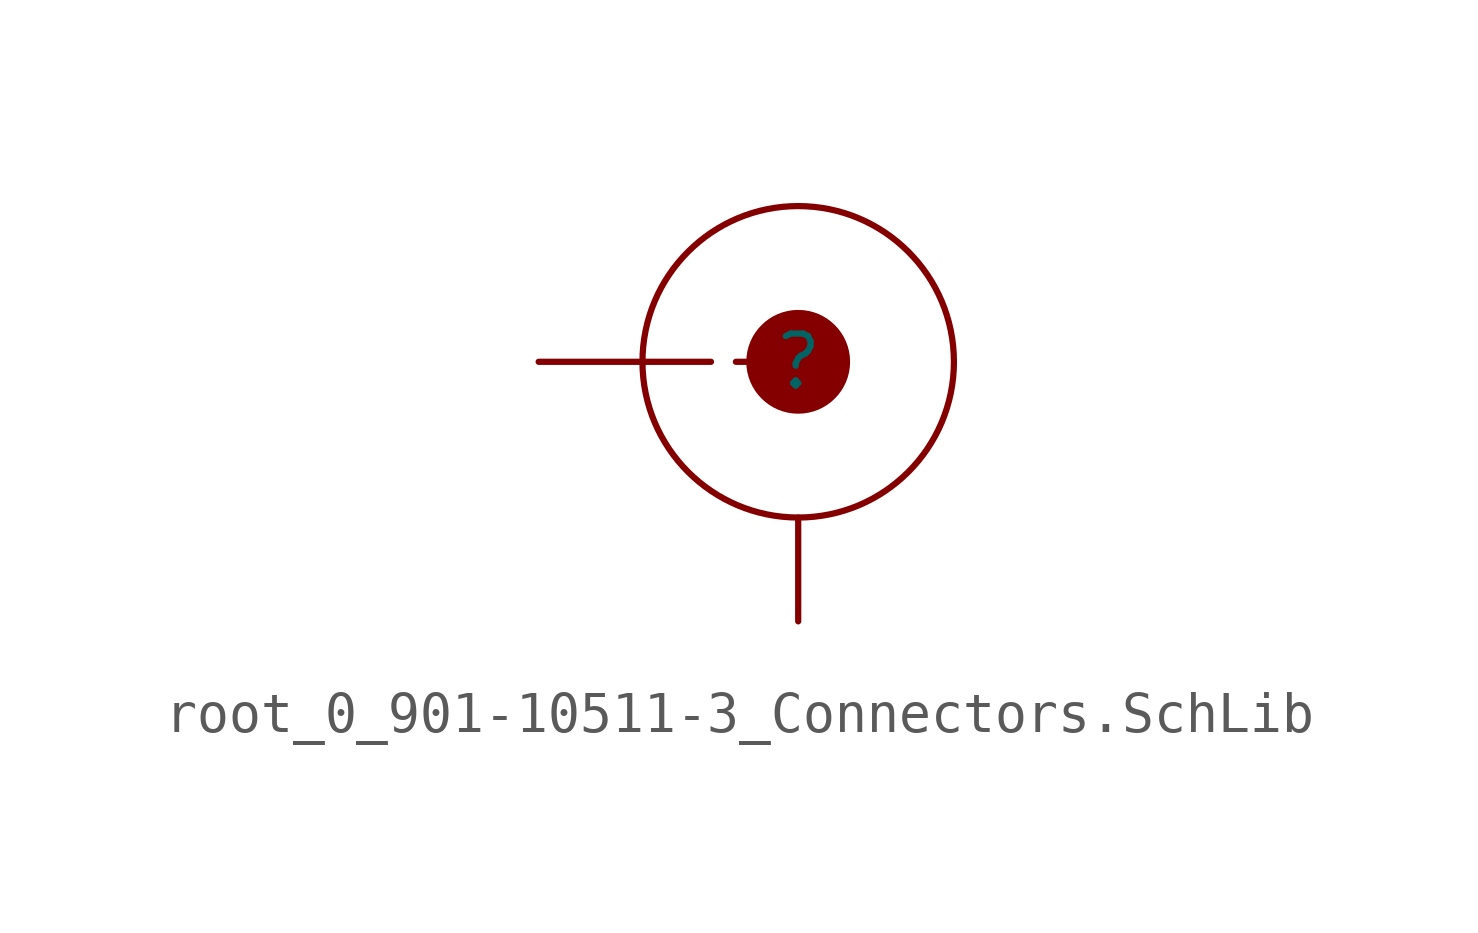
<source format=kicad_sym>
(kicad_symbol_lib
  (version 20241209)
  (generator "kicad_symbol_editor")
  (generator_version "9.0")
  (symbol "root_0_901-10511-3_Connectors.SchLib"
    (pin_numbers
      (hide yes))
    (pin_names
      (hide yes))
    (property "Reference" ""
      (at 0 0 0)
      (effects (font (size 1.27 1.27))))
    (property "Value" ""
      (at 0 0 0)
      (effects (font (size 1.27 1.27))))
    (symbol "root_0_901-10511-3_Connectors.SchLib_1_0"
      (polyline (pts (xy -3.81 0) (xy 0 0)) (stroke (width 0) (type dash)) (fill (type none)))
      (circle (center 0 0) (radius 1.27) (stroke (width -0.0001) (type solid)) (fill (type outline)))
      (circle (center 0 0) (radius 3.81) (stroke (width 0) (type solid)) (fill (type none)))
      (pin passive line (at -6.35 0 0) (length 2.54) (name "1" (effects (font (size 1.27 1.27)))) (number "1" (effects (font (size 1.27 1.27)))))
      (pin passive line (at 0 -6.35 90) (length 2.54) (name "2" (effects (font (size 1.27 1.27)))) (number "2" (effects (font (size 1.27 1.27))))))))
</source>
